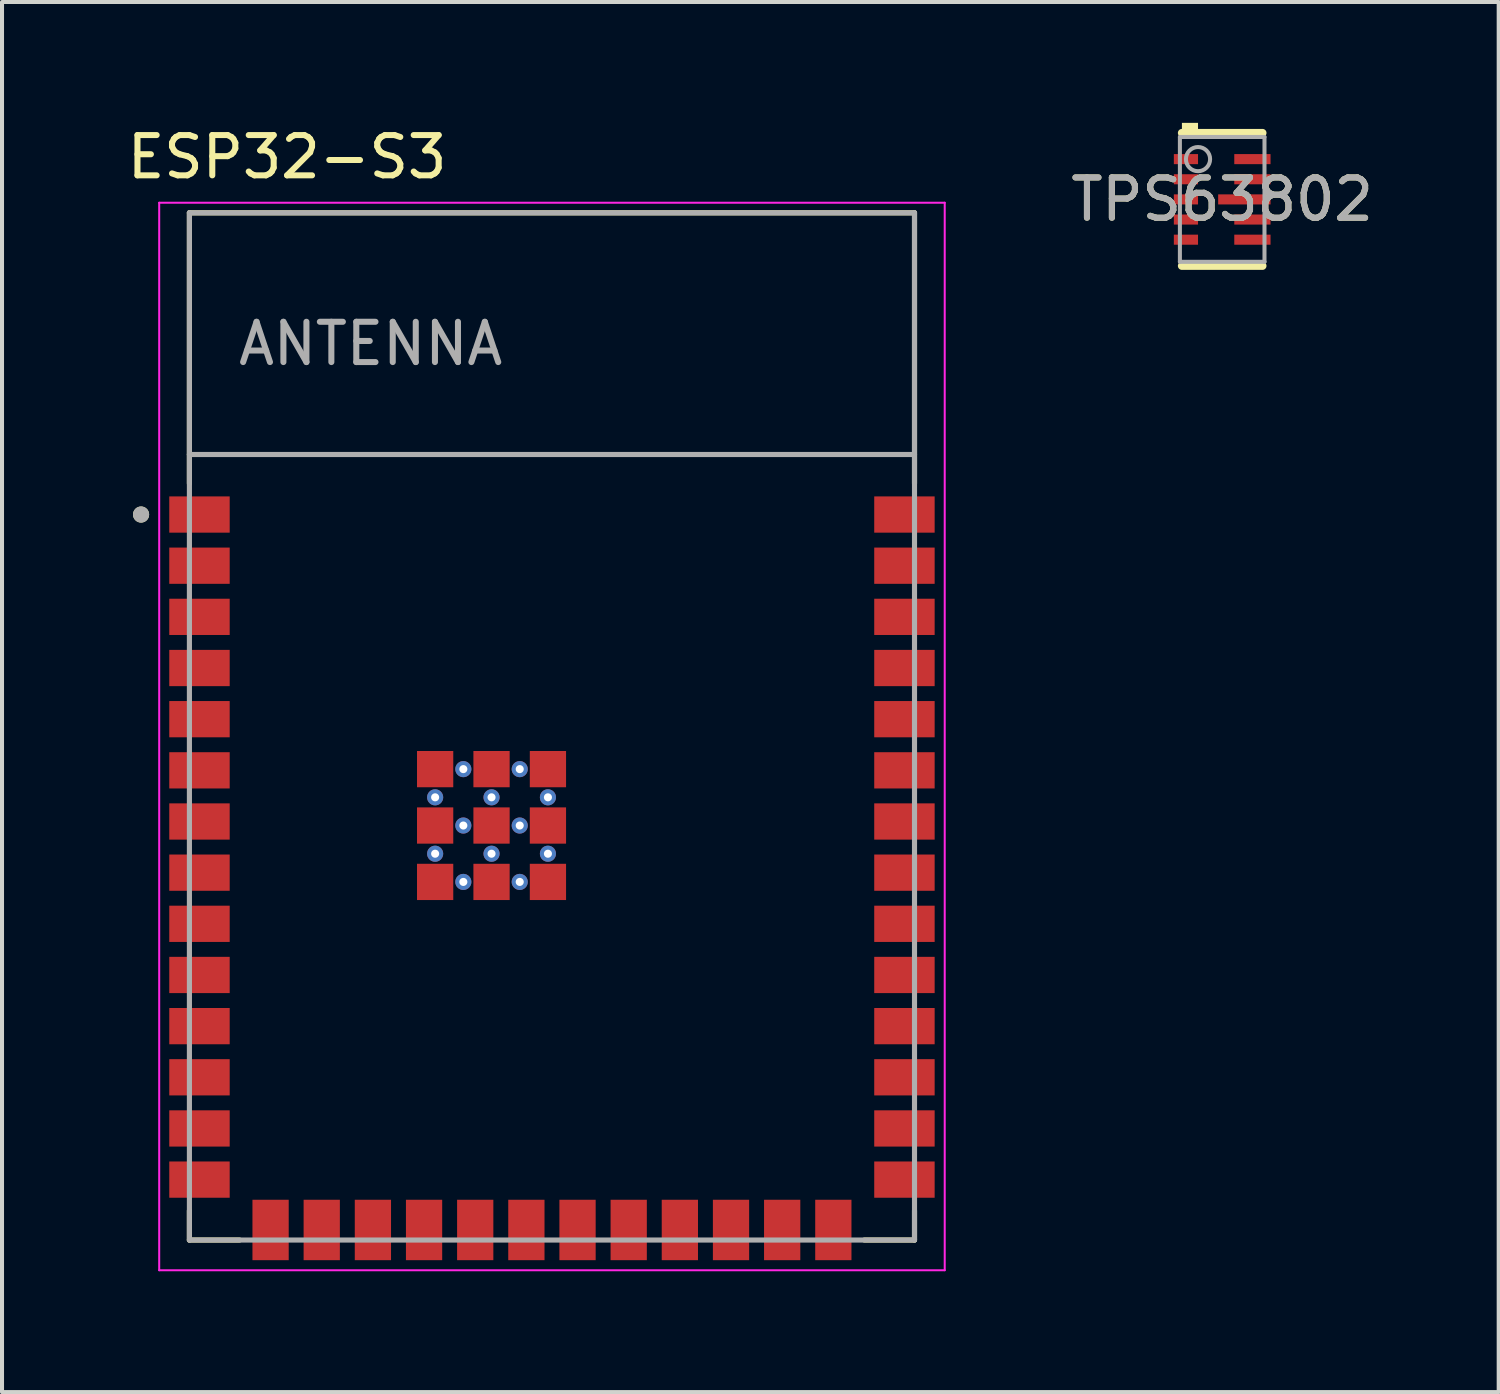
<source format=kicad_pcb>
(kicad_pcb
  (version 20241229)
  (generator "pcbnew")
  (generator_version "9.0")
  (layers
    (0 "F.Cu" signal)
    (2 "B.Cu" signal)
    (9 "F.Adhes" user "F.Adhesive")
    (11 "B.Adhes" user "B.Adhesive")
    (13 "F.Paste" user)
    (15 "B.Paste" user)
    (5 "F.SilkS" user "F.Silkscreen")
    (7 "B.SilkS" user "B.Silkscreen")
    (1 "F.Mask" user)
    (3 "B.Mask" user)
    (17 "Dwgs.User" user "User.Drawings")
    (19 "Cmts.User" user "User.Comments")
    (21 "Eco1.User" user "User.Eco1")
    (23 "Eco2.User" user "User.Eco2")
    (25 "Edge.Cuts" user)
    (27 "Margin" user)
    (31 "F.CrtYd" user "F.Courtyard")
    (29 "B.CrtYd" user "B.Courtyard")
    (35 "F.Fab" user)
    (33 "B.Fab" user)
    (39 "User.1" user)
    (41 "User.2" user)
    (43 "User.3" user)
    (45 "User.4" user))
  (footprint "TPS63802"
    (layer "F.Cu")
    (at 27.29 1.9)
    (property "Reference" "TPS63802" (at 0 0 0) (unlocked yes) (layer "F.SilkS") (effects (font (size 1 1) (thickness 0.15))))
    (attr smd)
    (fp_line (start -1 -1.65) (end 1 -1.65) (stroke (width 0.2) (type solid)) (layer "F.SilkS"))
    (fp_line (start -1 1.65) (end 1 1.65) (stroke (width 0.2) (type solid)) (layer "F.SilkS"))
    (fp_poly (pts (xy -1 -1.65) (xy -0.6 -1.65) (xy -0.6 -1.9) (xy -1 -1.9)) (stroke (width 0) (type solid)) (fill yes) (layer "F.SilkS"))
    (fp_poly (pts (xy -0.1 0.075) (xy -0.1 -0.075) (xy -0.05 -0.125) (xy 0.4 -0.125) (xy 0.45 -0.075) (xy 0.45 0.075) (xy 0.4 0.125) (xy -0.05 0.125)) (stroke (width 0) (type solid)) (fill yes) (layer "F.Paste"))
    (fp_poly (pts (xy 0.65 0.075) (xy 0.65 -0.075) (xy 0.7 -0.125) (xy 1.15 -0.125) (xy 1.2 -0.075) (xy 1.2 0.075) (xy 1.15 0.125) (xy 0.7 0.125)) (stroke (width 0) (type solid)) (fill yes) (layer "F.Paste"))
    (fp_line (start -1.05 -1.55) (end 1.05 -1.55) (stroke (width 0.1) (type solid)) (layer "F.Fab"))
    (fp_line (start -1.05 1.55) (end -1.05 -1.55) (stroke (width 0.1) (type solid)) (layer "F.Fab"))
    (fp_line (start -1.05 1.55) (end 1.05 1.55) (stroke (width 0.1) (type solid)) (layer "F.Fab"))
    (fp_line (start 1.05 1.55) (end 1.05 -1.55) (stroke (width 0.1) (type solid)) (layer "F.Fab"))
    (fp_circle (center -0.6 -1) (end -0.3 -1) (stroke (width 0.1) (type solid)) (fill no) (layer "F.Fab"))
    (fp_text user "${REFERENCE}" (at 0 0 0) (unlocked yes) (layer "F.Fab") (effects (font (size 1 1) (thickness 0.15))))
    (pad "1" smd rect (at -0.9 -1) (size 0.6 0.25) (layers "F.Cu" "F.Mask" "F.Paste"))
    (pad "2" smd rect (at -0.9 -0.5) (size 0.6 0.25) (layers "F.Cu" "F.Mask" "F.Paste"))
    (pad "3" smd rect (at -0.9 0) (size 0.6 0.25) (layers "F.Cu" "F.Mask" "F.Paste"))
    (pad "4" smd rect (at -0.9 0.5) (size 0.6 0.25) (layers "F.Cu" "F.Mask" "F.Paste"))
    (pad "5" smd rect (at -0.9 1) (size 0.6 0.25) (layers "F.Cu" "F.Mask" "F.Paste"))
    (pad "6" smd rect (at 0.75 1) (size 0.9 0.25) (layers "F.Cu" "F.Mask" "F.Paste"))
    (pad "7" smd rect (at 0.75 0.5) (size 0.9 0.25) (layers "F.Cu" "F.Mask" "F.Paste"))
    (pad "8" smd rect (at 0.55 0) (size 1.3 0.25) (layers "F.Cu" "F.Mask"))
    (pad "9" smd rect (at 0.75 -0.5) (size 0.9 0.25) (layers "F.Cu" "F.Mask" "F.Paste"))
    (pad "10" smd rect (at 0.75 -1) (size 0.9 0.25) (layers "F.Cu" "F.Mask" "F.Paste")))
  (footprint "ESP32-S3"
    (layer "F.Cu")
    (at 10.652 14.983)
    (property "Reference" "ESP32-S3" (at -6.575 -14.135 0) (layer "F.SilkS") (effects (font (size 1 1) (thickness 0.15))))
    (attr smd)
    (fp_line (start -9 -12.75) (end 9 -12.75) (stroke (width 0.127) (type solid)) (layer "F.SilkS"))
    (fp_line (start -9 -6.03) (end -9 -12.75) (stroke (width 0.127) (type solid)) (layer "F.SilkS"))
    (fp_line (start -9 12.02) (end -9 12.75) (stroke (width 0.127) (type solid)) (layer "F.SilkS"))
    (fp_line (start -9 12.75) (end -7.755 12.75) (stroke (width 0.127) (type solid)) (layer "F.SilkS"))
    (fp_line (start 9 -12.75) (end 9 -6.03) (stroke (width 0.127) (type solid)) (layer "F.SilkS"))
    (fp_line (start 9 12.02) (end 9 12.75) (stroke (width 0.127) (type solid)) (layer "F.SilkS"))
    (fp_line (start 9 12.75) (end 7.755 12.75) (stroke (width 0.127) (type solid)) (layer "F.SilkS"))
    (fp_circle (center -10.2 -5.26) (end -10.1 -5.26) (stroke (width 0.2) (type solid)) (fill no) (layer "F.SilkS"))
    (fp_line (start -9.75 -13) (end 9.75 -13) (stroke (width 0.05) (type solid)) (layer "F.CrtYd"))
    (fp_line (start -9.75 13.5) (end -9.75 -13) (stroke (width 0.05) (type solid)) (layer "F.CrtYd"))
    (fp_line (start -9.75 13.5) (end 9.75 13.5) (stroke (width 0.05) (type solid)) (layer "F.CrtYd"))
    (fp_line (start 9.75 -13) (end 9.75 13.5) (stroke (width 0.05) (type solid)) (layer "F.CrtYd"))
    (fp_line (start -9 -12.75) (end 9 -12.75) (stroke (width 0.127) (type solid)) (layer "F.Fab"))
    (fp_line (start -9 -6.75) (end -9 -12.75) (stroke (width 0.127) (type solid)) (layer "F.Fab"))
    (fp_line (start -9 -6.75) (end 9 -6.75) (stroke (width 0.127) (type solid)) (layer "F.Fab"))
    (fp_line (start -9 12.75) (end -9 -6.75) (stroke (width 0.127) (type solid)) (layer "F.Fab"))
    (fp_line (start 9 -12.75) (end 9 -6.75) (stroke (width 0.127) (type solid)) (layer "F.Fab"))
    (fp_line (start 9 -6.75) (end 9 12.75) (stroke (width 0.127) (type solid)) (layer "F.Fab"))
    (fp_line (start 9 12.75) (end -9 12.75) (stroke (width 0.127) (type solid)) (layer "F.Fab"))
    (fp_circle (center -10.2 -5.26) (end -10.1 -5.26) (stroke (width 0.2) (type solid)) (fill no) (layer "F.Fab"))
    (fp_text user "ANTENNA" (at -4.5 -9.5 0) (layer "F.Fab") (effects (font (size 1 1) (thickness 0.15))))
    (pad "1" smd rect (at -8.75 -5.26) (size 1.5 0.9) (layers "F.Cu" "F.Mask" "F.Paste"))
    (pad "2" smd rect (at -8.75 -3.99) (size 1.5 0.9) (layers "F.Cu" "F.Mask" "F.Paste"))
    (pad "3" smd rect (at -8.75 -2.72) (size 1.5 0.9) (layers "F.Cu" "F.Mask" "F.Paste"))
    (pad "4" smd rect (at -8.75 -1.45) (size 1.5 0.9) (layers "F.Cu" "F.Mask" "F.Paste"))
    (pad "5" smd rect (at -8.75 -0.18) (size 1.5 0.9) (layers "F.Cu" "F.Mask" "F.Paste"))
    (pad "6" smd rect (at -8.75 1.09) (size 1.5 0.9) (layers "F.Cu" "F.Mask" "F.Paste"))
    (pad "7" smd rect (at -8.75 2.36) (size 1.5 0.9) (layers "F.Cu" "F.Mask" "F.Paste"))
    (pad "8" smd rect (at -8.75 3.63) (size 1.5 0.9) (layers "F.Cu" "F.Mask" "F.Paste"))
    (pad "9" smd rect (at -8.75 4.9) (size 1.5 0.9) (layers "F.Cu" "F.Mask" "F.Paste"))
    (pad "10" smd rect (at -8.75 6.17) (size 1.5 0.9) (layers "F.Cu" "F.Mask" "F.Paste"))
    (pad "11" smd rect (at -8.75 7.44) (size 1.5 0.9) (layers "F.Cu" "F.Mask" "F.Paste"))
    (pad "12" smd rect (at -8.75 8.71) (size 1.5 0.9) (layers "F.Cu" "F.Mask" "F.Paste"))
    (pad "13" smd rect (at -8.75 9.98) (size 1.5 0.9) (layers "F.Cu" "F.Mask" "F.Paste"))
    (pad "14" smd rect (at -8.75 11.25) (size 1.5 0.9) (layers "F.Cu" "F.Mask" "F.Paste"))
    (pad "15" smd rect (at -6.985 12.5) (size 0.9 1.5) (layers "F.Cu" "F.Mask" "F.Paste"))
    (pad "16" smd rect (at -5.715 12.5) (size 0.9 1.5) (layers "F.Cu" "F.Mask" "F.Paste"))
    (pad "17" smd rect (at -4.445 12.5) (size 0.9 1.5) (layers "F.Cu" "F.Mask" "F.Paste"))
    (pad "18" smd rect (at -3.175 12.5) (size 0.9 1.5) (layers "F.Cu" "F.Mask" "F.Paste"))
    (pad "19" smd rect (at -1.905 12.5) (size 0.9 1.5) (layers "F.Cu" "F.Mask" "F.Paste"))
    (pad "20" smd rect (at -0.635 12.5) (size 0.9 1.5) (layers "F.Cu" "F.Mask" "F.Paste"))
    (pad "21" smd rect (at 0.635 12.5) (size 0.9 1.5) (layers "F.Cu" "F.Mask" "F.Paste"))
    (pad "22" smd rect (at 1.905 12.5) (size 0.9 1.5) (layers "F.Cu" "F.Mask" "F.Paste"))
    (pad "23" smd rect (at 3.175 12.5) (size 0.9 1.5) (layers "F.Cu" "F.Mask" "F.Paste"))
    (pad "24" smd rect (at 4.445 12.5) (size 0.9 1.5) (layers "F.Cu" "F.Mask" "F.Paste"))
    (pad "25" smd rect (at 5.715 12.5) (size 0.9 1.5) (layers "F.Cu" "F.Mask" "F.Paste"))
    (pad "26" smd rect (at 6.985 12.5) (size 0.9 1.5) (layers "F.Cu" "F.Mask" "F.Paste"))
    (pad "27" smd rect (at 8.75 11.25) (size 1.5 0.9) (layers "F.Cu" "F.Mask" "F.Paste"))
    (pad "28" smd rect (at 8.75 9.98) (size 1.5 0.9) (layers "F.Cu" "F.Mask" "F.Paste"))
    (pad "29" smd rect (at 8.75 8.71) (size 1.5 0.9) (layers "F.Cu" "F.Mask" "F.Paste"))
    (pad "30" smd rect (at 8.75 7.44) (size 1.5 0.9) (layers "F.Cu" "F.Mask" "F.Paste"))
    (pad "31" smd rect (at 8.75 6.17) (size 1.5 0.9) (layers "F.Cu" "F.Mask" "F.Paste"))
    (pad "32" smd rect (at 8.75 4.9) (size 1.5 0.9) (layers "F.Cu" "F.Mask" "F.Paste"))
    (pad "33" smd rect (at 8.75 3.63) (size 1.5 0.9) (layers "F.Cu" "F.Mask" "F.Paste"))
    (pad "34" smd rect (at 8.75 2.36) (size 1.5 0.9) (layers "F.Cu" "F.Mask" "F.Paste"))
    (pad "35" smd rect (at 8.75 1.09) (size 1.5 0.9) (layers "F.Cu" "F.Mask" "F.Paste"))
    (pad "36" smd rect (at 8.75 -0.18) (size 1.5 0.9) (layers "F.Cu" "F.Mask" "F.Paste"))
    (pad "37" smd rect (at 8.75 -1.45) (size 1.5 0.9) (layers "F.Cu" "F.Mask" "F.Paste"))
    (pad "38" smd rect (at 8.75 -2.72) (size 1.5 0.9) (layers "F.Cu" "F.Mask" "F.Paste"))
    (pad "39" smd rect (at 8.75 -3.99) (size 1.5 0.9) (layers "F.Cu" "F.Mask" "F.Paste"))
    (pad "40" smd rect (at 8.75 -5.26) (size 1.5 0.9) (layers "F.Cu" "F.Mask" "F.Paste"))
    (pad "41_1" smd rect (at -1.5 2.46) (size 0.9 0.9) (layers "F.Cu" "F.Mask" "F.Paste"))
    (pad "41_2" smd rect (at -2.9 2.46) (size 0.9 0.9) (layers "F.Cu" "F.Mask" "F.Paste"))
    (pad "41_3" smd rect (at -0.1 2.46) (size 0.9 0.9) (layers "F.Cu" "F.Mask" "F.Paste"))
    (pad "41_4" smd rect (at -2.9 3.86) (size 0.9 0.9) (layers "F.Cu" "F.Mask" "F.Paste"))
    (pad "41_5" smd rect (at -1.5 3.86) (size 0.9 0.9) (layers "F.Cu" "F.Mask" "F.Paste"))
    (pad "41_6" smd rect (at -0.1 3.86) (size 0.9 0.9) (layers "F.Cu" "F.Mask" "F.Paste"))
    (pad "41_7" smd rect (at -2.9 1.06) (size 0.9 0.9) (layers "F.Cu" "F.Mask" "F.Paste"))
    (pad "41_8" smd rect (at -1.5 1.06) (size 0.9 0.9) (layers "F.Cu" "F.Mask" "F.Paste"))
    (pad "41_9" smd rect (at -0.1 1.06) (size 0.9 0.9) (layers "F.Cu" "F.Mask" "F.Paste"))
    (pad "41_10" thru_hole circle (at -1.5 1.76) (size 0.4 0.4) (drill 0.2) (layers "*.Cu"))
    (pad "41_11" thru_hole circle (at -2.9 1.76) (size 0.4 0.4) (drill 0.2) (layers "*.Cu"))
    (pad "41_12" thru_hole circle (at -0.1 1.76) (size 0.4 0.4) (drill 0.2) (layers "*.Cu"))
    (pad "41_13" thru_hole circle (at -2.9 3.16) (size 0.4 0.4) (drill 0.2) (layers "*.Cu"))
    (pad "41_14" thru_hole circle (at -1.5 3.16) (size 0.4 0.4) (drill 0.2) (layers "*.Cu"))
    (pad "41_15" thru_hole circle (at -0.1 3.16) (size 0.4 0.4) (drill 0.2) (layers "*.Cu"))
    (pad "41_16" thru_hole circle (at -2.2 1.06) (size 0.4 0.4) (drill 0.2) (layers "*.Cu"))
    (pad "41_17" thru_hole circle (at -0.8 1.06) (size 0.4 0.4) (drill 0.2) (layers "*.Cu"))
    (pad "41_18" thru_hole circle (at -2.2 2.46) (size 0.4 0.4) (drill 0.2) (layers "*.Cu"))
    (pad "41_19" thru_hole circle (at -0.8 2.46) (size 0.4 0.4) (drill 0.2) (layers "*.Cu"))
    (pad "41_20" thru_hole circle (at -2.2 3.86) (size 0.4 0.4) (drill 0.2) (layers "*.Cu"))
    (pad "41_21" thru_hole circle (at -0.8 3.86) (size 0.4 0.4) (drill 0.2) (layers "*.Cu"))
    (zone (net_name "") (layer "F.Cu") (hatch full 0.508) (connect_pads) (min_thickness 0.01) (filled_areas_thickness no) (keepout (tracks not_allowed) (vias not_allowed) (pads not_allowed) (copperpour not_allowed) (footprints allowed)) (placement (enabled no)) (fill) (polygon (pts (xy 1.652 2.233) (xy 19.652 2.233) (xy 19.652 8.233) (xy 1.652 8.233))))
    (zone (net_name "") (layers "F.Cu" "B.Cu") (hatch full 0.508) (connect_pads) (min_thickness 0.01) (filled_areas_thickness no) (keepout (tracks allowed) (vias not_allowed) (pads allowed) (copperpour allowed) (footprints allowed)) (placement (enabled no)) (fill) (polygon (pts (xy 1.652 2.233) (xy 19.652 2.233) (xy 19.652 8.233) (xy 1.652 8.233))))
    (zone (net_name "") (layer "B.Cu") (hatch full 0.508) (connect_pads) (min_thickness 0.01) (filled_areas_thickness no) (keepout (tracks not_allowed) (vias not_allowed) (pads not_allowed) (copperpour not_allowed) (footprints allowed)) (placement (enabled no)) (fill) (polygon (pts (xy 1.652 2.233) (xy 19.652 2.233) (xy 19.652 8.233) (xy 1.652 8.233)))))
  (gr_rect
    (start -3 -3)
    (end 34.154 31.508)
    (stroke (width 0.1) (type default))
    (fill no)
    (layer "Edge.Cuts")))
</source>
